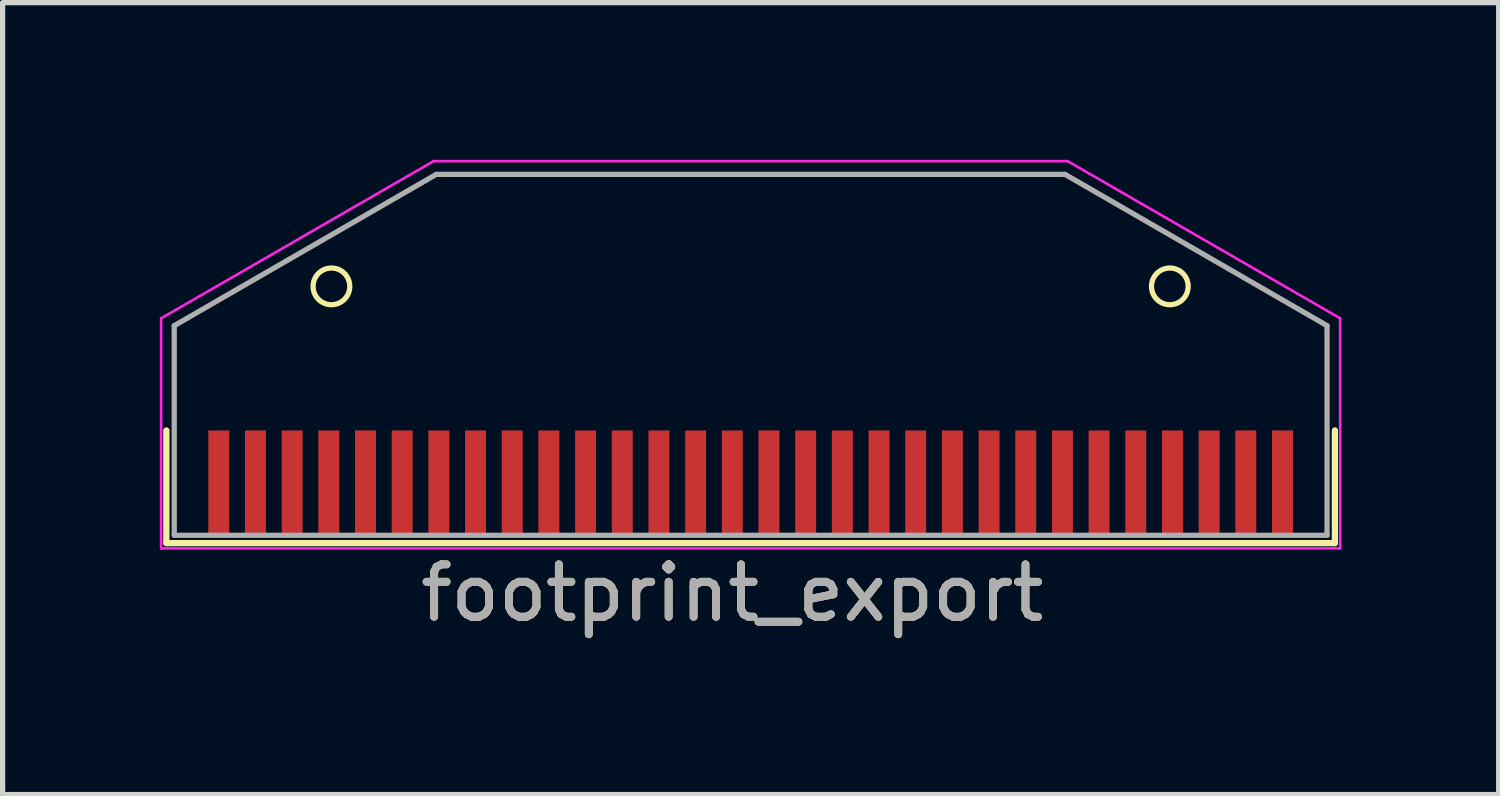
<source format=kicad_pcb>
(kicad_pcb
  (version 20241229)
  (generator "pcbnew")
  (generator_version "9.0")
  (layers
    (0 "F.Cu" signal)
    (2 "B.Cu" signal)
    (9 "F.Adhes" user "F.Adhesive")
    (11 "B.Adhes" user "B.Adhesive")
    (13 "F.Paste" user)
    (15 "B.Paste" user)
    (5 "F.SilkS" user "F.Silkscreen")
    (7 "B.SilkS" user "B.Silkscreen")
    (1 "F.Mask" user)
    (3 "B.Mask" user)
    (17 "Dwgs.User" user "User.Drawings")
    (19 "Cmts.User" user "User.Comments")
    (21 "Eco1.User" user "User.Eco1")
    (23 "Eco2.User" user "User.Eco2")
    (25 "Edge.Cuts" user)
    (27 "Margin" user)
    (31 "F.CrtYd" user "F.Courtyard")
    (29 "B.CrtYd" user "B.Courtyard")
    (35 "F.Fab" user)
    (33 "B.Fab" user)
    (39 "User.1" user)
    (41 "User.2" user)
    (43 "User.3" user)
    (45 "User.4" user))
  (footprint "footprint_export"
    (layer "F.Cu")
    (at 11.275 6.165)
    (property "Reference" "footprint_export" (at -0.35 2.1 0) (layer "F.SilkS") (effects (font (size 1 1) (thickness 0.15))))
    (attr smd)
    (fp_line (start -11.15 -1) (end -11.15 1.15) (stroke (width 0.12) (type solid)) (layer "F.SilkS"))
    (fp_line (start -11.15 1.15) (end 11.15 1.15) (stroke (width 0.12) (type solid)) (layer "F.SilkS"))
    (fp_line (start 11.15 1.15) (end 11.15 -1) (stroke (width 0.12) (type solid)) (layer "F.SilkS"))
    (fp_circle (center -8 -3.75) (end -7.65 -3.75) (stroke (width 0.1) (type solid)) (fill no) (layer "F.SilkS"))
    (fp_circle (center 8 -3.75) (end 8.35 -3.75) (stroke (width 0.1) (type solid)) (fill no) (layer "F.SilkS"))
    (fp_line (start -11.25 -3.14) (end -11.25 1.25) (stroke (width 0.05) (type solid)) (layer "F.CrtYd"))
    (fp_line (start -6.05 -6.14) (end -11.25 -3.14) (stroke (width 0.05) (type solid)) (layer "F.CrtYd"))
    (fp_line (start 6.05 -6.14) (end -6.05 -6.14) (stroke (width 0.05) (type solid)) (layer "F.CrtYd"))
    (fp_line (start 6.05 -6.14) (end 11.25 -3.14) (stroke (width 0.05) (type solid)) (layer "F.CrtYd"))
    (fp_line (start 11.25 1.25) (end -11.25 1.25) (stroke (width 0.05) (type solid)) (layer "F.CrtYd"))
    (fp_line (start 11.25 1.25) (end 11.25 -3.14) (stroke (width 0.05) (type solid)) (layer "F.CrtYd"))
    (fp_line (start -11 -3) (end -6 -5.887) (stroke (width 0.1) (type solid)) (layer "F.Fab"))
    (fp_line (start -11 1) (end -11 -3) (stroke (width 0.1) (type solid)) (layer "F.Fab"))
    (fp_line (start -11 1) (end 11 1) (stroke (width 0.1) (type solid)) (layer "F.Fab"))
    (fp_line (start -6 -5.887) (end 6 -5.887) (stroke (width 0.1) (type solid)) (layer "F.Fab"))
    (fp_line (start 11 -3) (end 6 -5.887) (stroke (width 0.1) (type solid)) (layer "F.Fab"))
    (fp_line (start 11 1) (end 11 -3) (stroke (width 0.1) (type solid)) (layer "F.Fab"))
    (fp_text user "${REFERENCE}" (at -0.35 2.1 0) (layer "F.Fab") (effects (font (size 1 1) (thickness 0.15))))
    (pad "1" smd rect (at -10.15 0) (size 0.4 2) (layers "F.Cu" "F.Mask" "F.Paste"))
    (pad "2" smd rect (at -9.45 0) (size 0.4 2) (layers "F.Cu" "F.Mask" "F.Paste"))
    (pad "3" smd rect (at -8.75 0) (size 0.4 2) (layers "F.Cu" "F.Mask" "F.Paste"))
    (pad "4" smd rect (at -8.05 0) (size 0.4 2) (layers "F.Cu" "F.Mask" "F.Paste"))
    (pad "5" smd rect (at -7.35 0) (size 0.4 2) (layers "F.Cu" "F.Mask" "F.Paste"))
    (pad "6" smd rect (at -6.65 0) (size 0.4 2) (layers "F.Cu" "F.Mask" "F.Paste"))
    (pad "7" smd rect (at -5.95 0) (size 0.4 2) (layers "F.Cu" "F.Mask" "F.Paste"))
    (pad "8" smd rect (at -5.25 0) (size 0.4 2) (layers "F.Cu" "F.Mask" "F.Paste"))
    (pad "9" smd rect (at -4.55 0) (size 0.4 2) (layers "F.Cu" "F.Mask" "F.Paste"))
    (pad "10" smd rect (at -3.85 0) (size 0.4 2) (layers "F.Cu" "F.Mask" "F.Paste"))
    (pad "11" smd rect (at -3.15 0) (size 0.4 2) (layers "F.Cu" "F.Mask" "F.Paste"))
    (pad "12" smd rect (at -2.45 0) (size 0.4 2) (layers "F.Cu" "F.Mask" "F.Paste"))
    (pad "13" smd rect (at -1.75 0) (size 0.4 2) (layers "F.Cu" "F.Mask" "F.Paste"))
    (pad "14" smd rect (at -1.05 0) (size 0.4 2) (layers "F.Cu" "F.Mask" "F.Paste"))
    (pad "15" smd rect (at -0.35 0) (size 0.4 2) (layers "F.Cu" "F.Mask" "F.Paste"))
    (pad "16" smd rect (at 0.35 0) (size 0.4 2) (layers "F.Cu" "F.Mask" "F.Paste"))
    (pad "17" smd rect (at 1.05 0) (size 0.4 2) (layers "F.Cu" "F.Mask" "F.Paste"))
    (pad "18" smd rect (at 1.75 0) (size 0.4 2) (layers "F.Cu" "F.Mask" "F.Paste"))
    (pad "19" smd rect (at 2.45 0) (size 0.4 2) (layers "F.Cu" "F.Mask" "F.Paste"))
    (pad "20" smd rect (at 3.15 0) (size 0.4 2) (layers "F.Cu" "F.Mask" "F.Paste"))
    (pad "21" smd rect (at 3.85 0) (size 0.4 2) (layers "F.Cu" "F.Mask" "F.Paste"))
    (pad "22" smd rect (at 4.55 0) (size 0.4 2) (layers "F.Cu" "F.Mask" "F.Paste"))
    (pad "23" smd rect (at 5.25 0) (size 0.4 2) (layers "F.Cu" "F.Mask" "F.Paste"))
    (pad "24" smd rect (at 5.95 0) (size 0.4 2) (layers "F.Cu" "F.Mask" "F.Paste"))
    (pad "25" smd rect (at 6.65 0) (size 0.4 2) (layers "F.Cu" "F.Mask" "F.Paste"))
    (pad "26" smd rect (at 7.35 0) (size 0.4 2) (layers "F.Cu" "F.Mask" "F.Paste"))
    (pad "27" smd rect (at 8.05 0) (size 0.4 2) (layers "F.Cu" "F.Mask" "F.Paste"))
    (pad "28" smd rect (at 8.75 0) (size 0.4 2) (layers "F.Cu" "F.Mask" "F.Paste"))
    (pad "29" smd rect (at 9.45 0) (size 0.4 2) (layers "F.Cu" "F.Mask" "F.Paste"))
    (pad "30" smd rect (at 10.15 0) (size 0.4 2) (layers "F.Cu" "F.Mask" "F.Paste")))
  (gr_rect
    (start -3 -3)
    (end 25.55 12.113)
    (stroke (width 0.1) (type default))
    (fill no)
    (layer "Edge.Cuts")))
</source>
